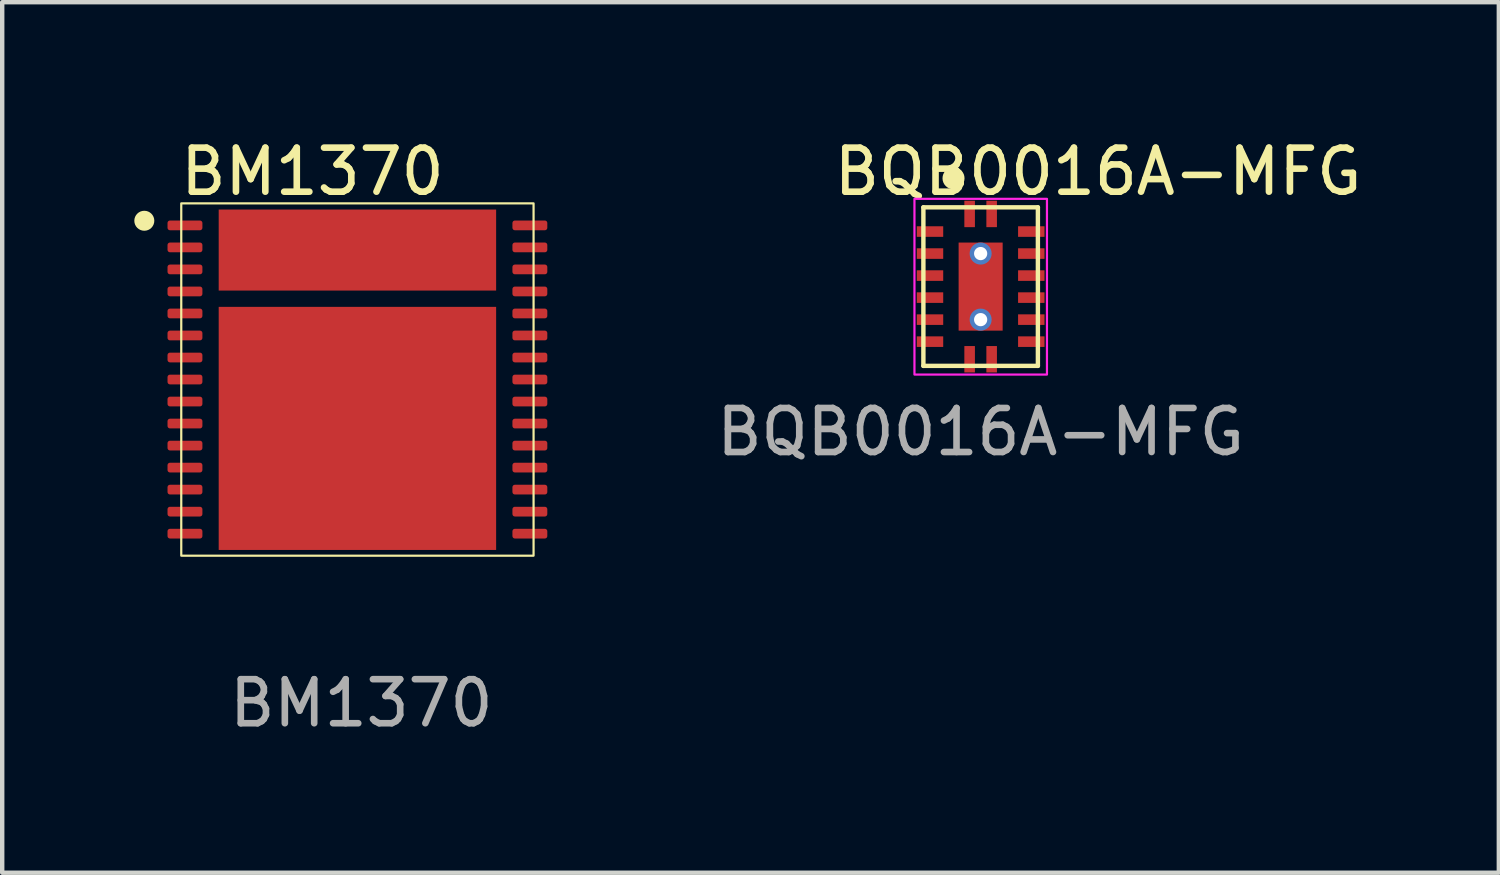
<source format=kicad_pcb>
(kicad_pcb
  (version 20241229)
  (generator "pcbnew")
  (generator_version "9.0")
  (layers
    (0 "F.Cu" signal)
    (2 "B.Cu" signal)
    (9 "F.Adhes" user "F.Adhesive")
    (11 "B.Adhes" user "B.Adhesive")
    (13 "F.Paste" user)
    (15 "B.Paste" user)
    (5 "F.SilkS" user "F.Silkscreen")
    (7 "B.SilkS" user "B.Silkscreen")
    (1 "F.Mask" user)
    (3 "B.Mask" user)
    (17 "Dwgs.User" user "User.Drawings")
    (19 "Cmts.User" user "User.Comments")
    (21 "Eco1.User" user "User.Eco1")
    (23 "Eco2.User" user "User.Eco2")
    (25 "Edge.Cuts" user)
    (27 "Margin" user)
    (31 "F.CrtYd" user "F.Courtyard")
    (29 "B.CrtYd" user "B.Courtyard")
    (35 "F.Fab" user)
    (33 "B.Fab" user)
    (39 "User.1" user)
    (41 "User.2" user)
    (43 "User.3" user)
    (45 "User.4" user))
  (footprint "BQB0016A-MFG"
    (layer "F.Cu")
    (at 19.218 3.458)
    (property "Reference" "BQB0016A-MFG" (at 2.666 -2.61 0) (unlocked yes) (layer "F.SilkS") (effects (font (size 1 1) (thickness 0.15))))
    (attr smd)
    (fp_line (start -1.3 -1.8) (end 1.3 -1.8) (stroke (width 0.1) (type solid)) (layer "F.SilkS"))
    (fp_line (start -1.3 1.8) (end -1.3 -1.8) (stroke (width 0.1) (type solid)) (layer "F.SilkS"))
    (fp_line (start -1.3 1.8) (end 1.3 1.8) (stroke (width 0.1) (type solid)) (layer "F.SilkS"))
    (fp_line (start 1.3 1.8) (end 1.3 -1.8) (stroke (width 0.1) (type solid)) (layer "F.SilkS"))
    (fp_circle (center -0.616 -2.46) (end -0.491 -2.46) (stroke (width 0.25) (type solid)) (fill no) (layer "F.SilkS"))
    (fp_poly (pts (xy -0.475 -0.845) (xy -0.425 -0.895) (xy 0.425 -0.895) (xy 0.475 -0.845) (xy 0.475 0.845) (xy 0.425 0.895) (xy -0.425 0.895) (xy -0.475 0.845)) (stroke (width 0) (type solid)) (fill yes) (layer "F.Paste"))
    (fp_rect (start -1.503 -1.993) (end 1.506 1.997) (stroke (width 0.05) (type default)) (fill no) (layer "F.CrtYd"))
    (fp_text user "${REFERENCE}" (at 0 3.301 0) (unlocked yes) (layer "F.Fab") (effects (font (size 1 1) (thickness 0.15))))
    (pad "1" smd rect (at -0.25 -1.65) (size 0.24 0.6) (layers "F.Cu" "F.Mask" "F.Paste"))
    (pad "2" smd rect (at -1.15 -1.25 90) (size 0.24 0.6) (layers "F.Cu" "F.Mask" "F.Paste"))
    (pad "3" smd rect (at -1.15 -0.75 90) (size 0.24 0.6) (layers "F.Cu" "F.Mask" "F.Paste"))
    (pad "4" smd rect (at -1.15 -0.25 90) (size 0.24 0.6) (layers "F.Cu" "F.Mask" "F.Paste"))
    (pad "5" smd rect (at -1.15 0.25 90) (size 0.24 0.6) (layers "F.Cu" "F.Mask" "F.Paste"))
    (pad "6" smd rect (at -1.15 0.75 90) (size 0.24 0.6) (layers "F.Cu" "F.Mask" "F.Paste"))
    (pad "7" smd rect (at -1.15 1.25 90) (size 0.24 0.6) (layers "F.Cu" "F.Mask" "F.Paste"))
    (pad "8" smd rect (at -0.25 1.65) (size 0.24 0.6) (layers "F.Cu" "F.Mask" "F.Paste"))
    (pad "9" smd rect (at 0.25 1.65) (size 0.24 0.6) (layers "F.Cu" "F.Mask" "F.Paste"))
    (pad "10" smd rect (at 1.15 1.25 90) (size 0.24 0.6) (layers "F.Cu" "F.Mask" "F.Paste"))
    (pad "11" smd rect (at 1.15 0.75 90) (size 0.24 0.6) (layers "F.Cu" "F.Mask" "F.Paste"))
    (pad "12" smd rect (at 1.15 0.25 90) (size 0.24 0.6) (layers "F.Cu" "F.Mask" "F.Paste"))
    (pad "13" smd rect (at 1.15 -0.25 90) (size 0.24 0.6) (layers "F.Cu" "F.Mask" "F.Paste"))
    (pad "14" smd rect (at 1.15 -0.75 90) (size 0.24 0.6) (layers "F.Cu" "F.Mask" "F.Paste"))
    (pad "15" smd rect (at 1.15 -1.25 90) (size 0.24 0.6) (layers "F.Cu" "F.Mask" "F.Paste"))
    (pad "16" smd rect (at 0.25 -1.65) (size 0.24 0.6) (layers "F.Cu" "F.Mask" "F.Paste"))
    (pad "17" thru_hole circle (at 0 -0.75) (size 0.5 0.5) (drill 0.3) (layers "*.Cu" "*.Mask"))
    (pad "17" smd rect (at 0 0) (size 1 2) (layers "F.Cu" "F.Mask"))
    (pad "17" thru_hole circle (at 0 0.75) (size 0.5 0.5) (drill 0.3) (layers "*.Cu" "*.Mask")))
  (footprint "BM1370"
    (layer "F.Cu")
    (at 5.066 5.568)
    (property "Reference" "BM1370" (at -1.02 -4.72 0) (unlocked yes) (layer "F.SilkS") (effects (font (size 1 1) (thickness 0.15))))
    (attr smd)
    (fp_line (start -4 -4) (end -5 -4) (stroke (width 0.1) (type solid)) (layer "F.Mask"))
    (fp_line (start -4 -4) (end -4 -5) (stroke (width 0.1) (type solid)) (layer "F.Mask"))
    (fp_line (start -4 4) (end -5 4) (stroke (width 0.1) (type solid)) (layer "F.Mask"))
    (fp_line (start -4 4) (end -4 5) (stroke (width 0.1) (type solid)) (layer "F.Mask"))
    (fp_line (start 4 -4) (end 4 -5) (stroke (width 0.1) (type solid)) (layer "F.Mask"))
    (fp_line (start 4 -4) (end 5 -4) (stroke (width 0.1) (type solid)) (layer "F.Mask"))
    (fp_line (start 4 4) (end 4 5) (stroke (width 0.1) (type solid)) (layer "F.Mask"))
    (fp_line (start 4 4) (end 5 4) (stroke (width 0.1) (type solid)) (layer "F.Mask"))
    (fp_rect (start -1.33 1.825) (end -3.085 0.385) (stroke (width 0.12) (type solid)) (fill yes) (layer "F.Mask"))
    (fp_rect (start -1.325 3.79) (end -3.08 2.35) (stroke (width 0.12) (type solid)) (fill yes) (layer "F.Mask"))
    (fp_rect (start -1.323 -2.09) (end -3.078 -3.795) (stroke (width 0.12) (type solid)) (fill yes) (layer "F.Mask"))
    (fp_rect (start -1.32 -0.135) (end -3.075 -1.575) (stroke (width 0.12) (type solid)) (fill yes) (layer "F.Mask"))
    (fp_rect (start 0.88 -2.09) (end -0.9 -3.79) (stroke (width 0.12) (type solid)) (fill yes) (layer "F.Mask"))
    (fp_rect (start 0.88 1.815) (end -0.9 0.375) (stroke (width 0.12) (type solid)) (fill yes) (layer "F.Mask"))
    (fp_rect (start 0.89 -0.135) (end -0.89 -1.575) (stroke (width 0.12) (type solid)) (fill yes) (layer "F.Mask"))
    (fp_rect (start 0.89 3.79) (end -0.89 2.35) (stroke (width 0.12) (type solid)) (fill yes) (layer "F.Mask"))
    (fp_rect (start 3.062 -2.095) (end 1.308 -3.79) (stroke (width 0.12) (type solid)) (fill yes) (layer "F.Mask"))
    (fp_rect (start 3.065 1.815) (end 1.31 0.375) (stroke (width 0.12) (type solid)) (fill yes) (layer "F.Mask"))
    (fp_rect (start 3.075 3.79) (end 1.32 2.35) (stroke (width 0.12) (type solid)) (fill yes) (layer "F.Mask"))
    (fp_rect (start 3.078 -0.135) (end 1.323 -1.575) (stroke (width 0.12) (type solid)) (fill yes) (layer "F.Mask"))
    (fp_rect (start 4 4) (end -4 -4) (stroke (width 0.05) (type default)) (fill no) (layer "F.SilkS"))
    (fp_circle (center -4.839 -3.605) (end -4.637 -3.605) (stroke (width 0.05) (type solid)) (fill yes) (layer "F.SilkS"))
    (fp_rect (start -1.627 -2.42) (end -2.828 -3.54) (stroke (width 0.001) (type solid)) (fill yes) (layer "F.Paste"))
    (fp_rect (start -1.625 -0.4) (end -2.825 -1.35) (stroke (width 0.001) (type solid)) (fill yes) (layer "F.Paste"))
    (fp_rect (start -1.625 1.575) (end -2.825 0.625) (stroke (width 0.001) (type solid)) (fill yes) (layer "F.Paste"))
    (fp_rect (start -1.625 3.55) (end -2.825 2.6) (stroke (width 0.001) (type solid)) (fill yes) (layer "F.Paste"))
    (fp_rect (start 0.64 1.58) (end -0.56 0.63) (stroke (width 0.001) (type solid)) (fill yes) (layer "F.Paste"))
    (fp_rect (start 0.65 -2.415) (end -0.55 -3.525) (stroke (width 0.001) (type solid)) (fill yes) (layer "F.Paste"))
    (fp_rect (start 0.65 -0.4) (end -0.55 -1.35) (stroke (width 0.001) (type solid)) (fill yes) (layer "F.Paste"))
    (fp_rect (start 0.65 3.55) (end -0.55 2.6) (stroke (width 0.001) (type solid)) (fill yes) (layer "F.Paste"))
    (fp_rect (start 2.79 1.58) (end 1.59 0.63) (stroke (width 0.001) (type solid)) (fill yes) (layer "F.Paste"))
    (fp_rect (start 2.797 -2.42) (end 1.597 -3.53) (stroke (width 0.001) (type solid)) (fill yes) (layer "F.Paste"))
    (fp_rect (start 2.8 -0.4) (end 1.6 -1.35) (stroke (width 0.001) (type solid)) (fill yes) (layer "F.Paste"))
    (fp_rect (start 2.8 3.55) (end 1.6 2.6) (stroke (width 0.001) (type solid)) (fill yes) (layer "F.Paste"))
    (fp_text user "${REFERENCE}" (at 0.09 7.35 0) (unlocked yes) (layer "F.Fab") (effects (font (size 1 1) (thickness 0.15))))
    (pad "1" smd roundrect (at -3.916 -3.5) (size 0.792 0.221) (layers "F.Cu" "F.Mask" "F.Paste") (roundrect_rratio 0.25))
    (pad "2" smd roundrect (at -3.916 -3) (size 0.792 0.221) (layers "F.Cu" "F.Mask" "F.Paste") (roundrect_rratio 0.25))
    (pad "3" smd roundrect (at -3.916 -2.5) (size 0.792 0.221) (layers "F.Cu" "F.Mask" "F.Paste") (roundrect_rratio 0.25))
    (pad "4" smd roundrect (at -3.916 -2) (size 0.792 0.221) (layers "F.Cu" "F.Mask" "F.Paste") (roundrect_rratio 0.25))
    (pad "5" smd roundrect (at -3.916 -1.5) (size 0.792 0.221) (layers "F.Cu" "F.Mask" "F.Paste") (roundrect_rratio 0.25))
    (pad "6" smd roundrect (at -3.916 -1) (size 0.792 0.221) (layers "F.Cu" "F.Mask" "F.Paste") (roundrect_rratio 0.25))
    (pad "7" smd roundrect (at -3.916 -0.5) (size 0.792 0.221) (layers "F.Cu" "F.Mask" "F.Paste") (roundrect_rratio 0.25))
    (pad "8" smd roundrect (at -3.916 0) (size 0.792 0.221) (layers "F.Cu" "F.Mask" "F.Paste") (roundrect_rratio 0.25))
    (pad "9" smd roundrect (at -3.916 0.5) (size 0.792 0.221) (layers "F.Cu" "F.Mask" "F.Paste") (roundrect_rratio 0.25))
    (pad "10" smd roundrect (at -3.916 1) (size 0.792 0.221) (layers "F.Cu" "F.Mask" "F.Paste") (roundrect_rratio 0.25))
    (pad "11" smd roundrect (at -3.916 1.5) (size 0.792 0.221) (layers "F.Cu" "F.Mask" "F.Paste") (roundrect_rratio 0.25))
    (pad "12" smd roundrect (at -3.916 2) (size 0.792 0.221) (layers "F.Cu" "F.Mask" "F.Paste") (roundrect_rratio 0.25))
    (pad "13" smd roundrect (at -3.916 2.5) (size 0.792 0.221) (layers "F.Cu" "F.Mask" "F.Paste") (roundrect_rratio 0.25))
    (pad "14" smd roundrect (at -3.916 3) (size 0.792 0.221) (layers "F.Cu" "F.Mask" "F.Paste") (roundrect_rratio 0.25))
    (pad "15" smd roundrect (at -3.916 3.5) (size 0.792 0.221) (layers "F.Cu" "F.Mask" "F.Paste") (roundrect_rratio 0.25))
    (pad "16" smd roundrect (at 3.916 3.5) (size 0.792 0.221) (layers "F.Cu" "F.Mask" "F.Paste") (roundrect_rratio 0.25))
    (pad "17" smd roundrect (at 3.916 3) (size 0.792 0.221) (layers "F.Cu" "F.Mask" "F.Paste") (roundrect_rratio 0.25))
    (pad "18" smd roundrect (at 3.916 2.5) (size 0.792 0.221) (layers "F.Cu" "F.Mask" "F.Paste") (roundrect_rratio 0.25))
    (pad "19" smd roundrect (at 3.916 2) (size 0.792 0.221) (layers "F.Cu" "F.Mask" "F.Paste") (roundrect_rratio 0.25))
    (pad "20" smd roundrect (at 3.916 1.5) (size 0.792 0.221) (layers "F.Cu" "F.Mask" "F.Paste") (roundrect_rratio 0.25))
    (pad "21" smd roundrect (at 3.916 1) (size 0.792 0.221) (layers "F.Cu" "F.Mask" "F.Paste") (roundrect_rratio 0.25))
    (pad "22" smd roundrect (at 3.916 0.5) (size 0.792 0.221) (layers "F.Cu" "F.Mask" "F.Paste") (roundrect_rratio 0.25))
    (pad "23" smd roundrect (at 3.916 0) (size 0.792 0.221) (layers "F.Cu" "F.Mask" "F.Paste") (roundrect_rratio 0.25))
    (pad "24" smd roundrect (at 3.916 -0.5) (size 0.792 0.221) (layers "F.Cu" "F.Mask" "F.Paste") (roundrect_rratio 0.25))
    (pad "25" smd roundrect (at 3.916 -1) (size 0.792 0.221) (layers "F.Cu" "F.Mask" "F.Paste") (roundrect_rratio 0.25))
    (pad "26" smd roundrect (at 3.916 -1.5) (size 0.792 0.221) (layers "F.Cu" "F.Mask" "F.Paste") (roundrect_rratio 0.25))
    (pad "27" smd roundrect (at 3.916 -2) (size 0.792 0.221) (layers "F.Cu" "F.Mask" "F.Paste") (roundrect_rratio 0.25))
    (pad "28" smd roundrect (at 3.916 -2.5) (size 0.792 0.221) (layers "F.Cu" "F.Mask" "F.Paste") (roundrect_rratio 0.25))
    (pad "29" smd roundrect (at 3.916 -3) (size 0.792 0.221) (layers "F.Cu" "F.Mask" "F.Paste") (roundrect_rratio 0.25))
    (pad "30" smd roundrect (at 3.916 -3.5) (size 0.792 0.221) (layers "F.Cu" "F.Mask" "F.Paste") (roundrect_rratio 0.25))
    (pad "31" smd rect (at 0 -2.94) (size 6.3 1.84) (layers "F.Cu"))
    (pad "32" smd rect (at 0 1.11) (size 6.3 5.52) (layers "F.Cu")))
  (gr_rect
    (start -3 -3)
    (end 30.985 16.767)
    (stroke (width 0.1) (type default))
    (fill no)
    (layer "Edge.Cuts")))
</source>
